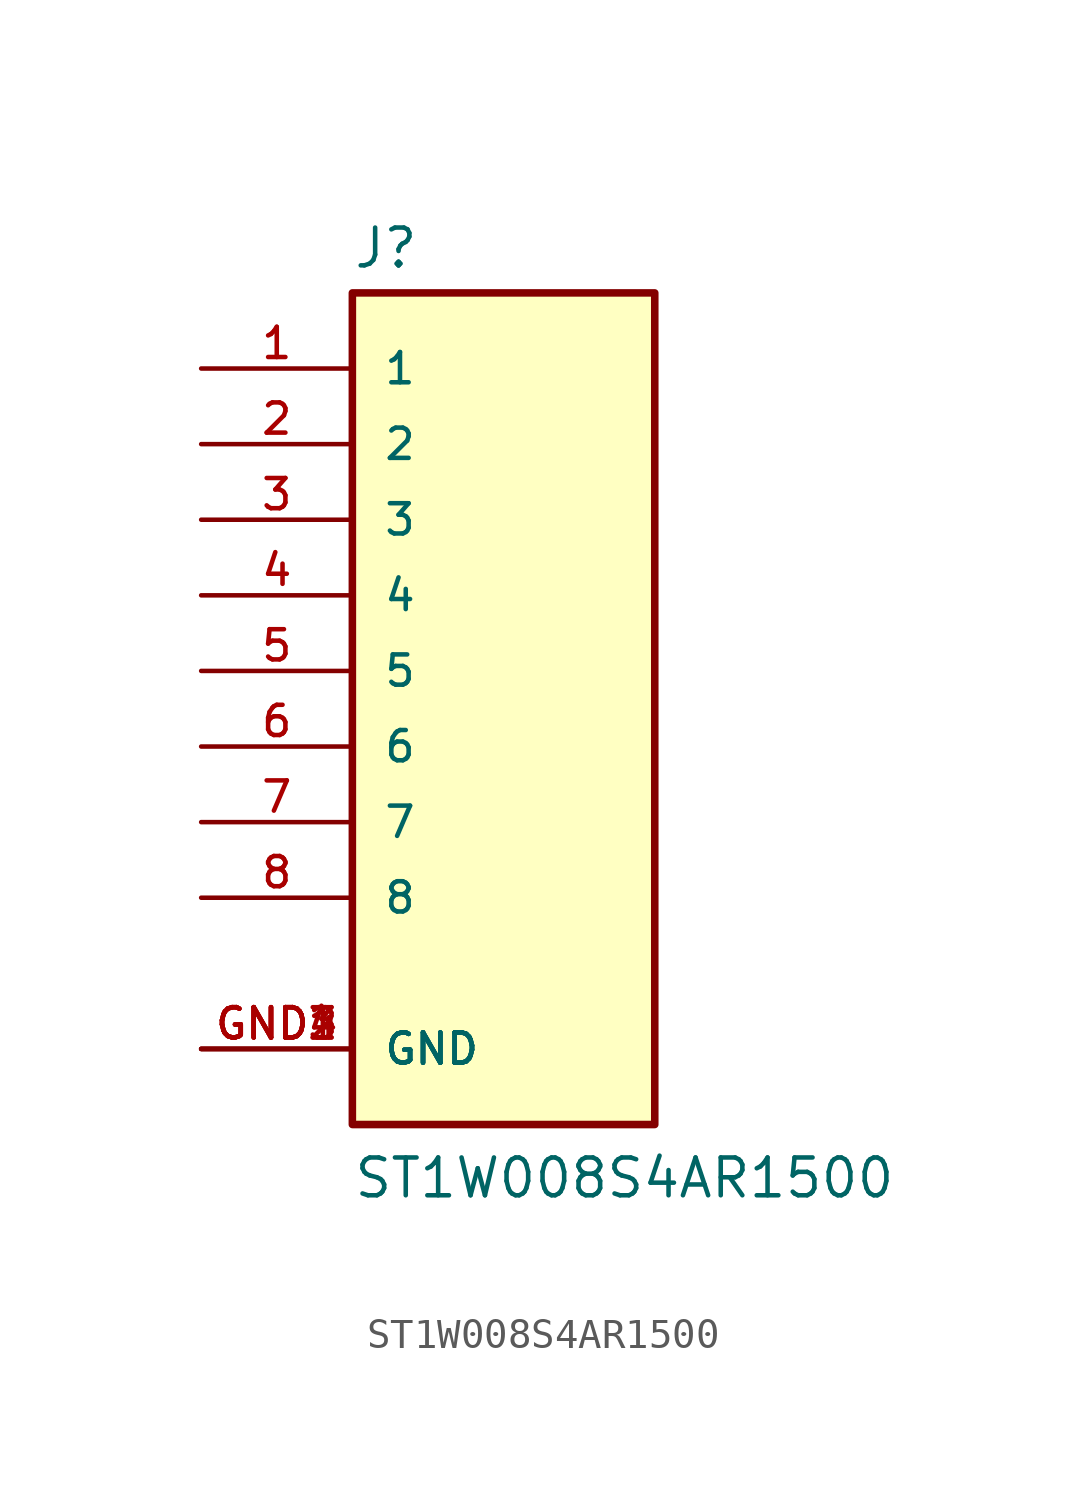
<source format=kicad_sym>
(kicad_symbol_lib
  (version 20211014)
  (generator kicad_symbol_editor)
  (symbol "ST1W008S4AR1500"
    (pin_names
      (offset 1.016))
    (property "Reference" "J"
      (at -5.08 13.462 0)
      (effects (font (size 1.27 1.27)) (justify bottom left)))
    (property "Value" "ST1W008S4AR1500"
      (at -5.08 -17.78 0)
      (effects (font (size 1.27 1.27)) (justify bottom left)))
    (symbol "ST1W008S4AR1500_0_0"
      (rectangle (start -5.08 -15.24) (end 5.08 12.7) (stroke (width 0.254)) (fill (type background)))
      (pin power_in line (at -10.16 -12.7 0) (length 5.08) (name "GND" (effects (font (size 1.016 1.016)))) (number "GND1" (effects (font (size 1.016 1.016)))))
      (pin power_in line (at -10.16 -12.7 0) (length 5.08) (name "GND" (effects (font (size 1.016 1.016)))) (number "GND2" (effects (font (size 1.016 1.016)))))
      (pin power_in line (at -10.16 -12.7 0) (length 5.08) (name "GND" (effects (font (size 1.016 1.016)))) (number "GND3" (effects (font (size 1.016 1.016)))))
      (pin power_in line (at -10.16 -12.7 0) (length 5.08) (name "GND" (effects (font (size 1.016 1.016)))) (number "GND4" (effects (font (size 1.016 1.016)))))
      (pin passive line (at -10.16 10.16 0) (length 5.08) (name "1" (effects (font (size 1.016 1.016)))) (number "1" (effects (font (size 1.016 1.016)))))
      (pin passive line (at -10.16 7.62 0) (length 5.08) (name "2" (effects (font (size 1.016 1.016)))) (number "2" (effects (font (size 1.016 1.016)))))
      (pin passive line (at -10.16 5.08 0) (length 5.08) (name "3" (effects (font (size 1.016 1.016)))) (number "3" (effects (font (size 1.016 1.016)))))
      (pin passive line (at -10.16 2.54 0) (length 5.08) (name "4" (effects (font (size 1.016 1.016)))) (number "4" (effects (font (size 1.016 1.016)))))
      (pin passive line (at -10.16 0.0 0) (length 5.08) (name "5" (effects (font (size 1.016 1.016)))) (number "5" (effects (font (size 1.016 1.016)))))
      (pin passive line (at -10.16 -2.54 0) (length 5.08) (name "6" (effects (font (size 1.016 1.016)))) (number "6" (effects (font (size 1.016 1.016)))))
      (pin passive line (at -10.16 -5.08 0) (length 5.08) (name "7" (effects (font (size 1.016 1.016)))) (number "7" (effects (font (size 1.016 1.016)))))
      (pin passive line (at -10.16 -7.62 0) (length 5.08) (name "8" (effects (font (size 1.016 1.016)))) (number "8" (effects (font (size 1.016 1.016))))))))
</source>
